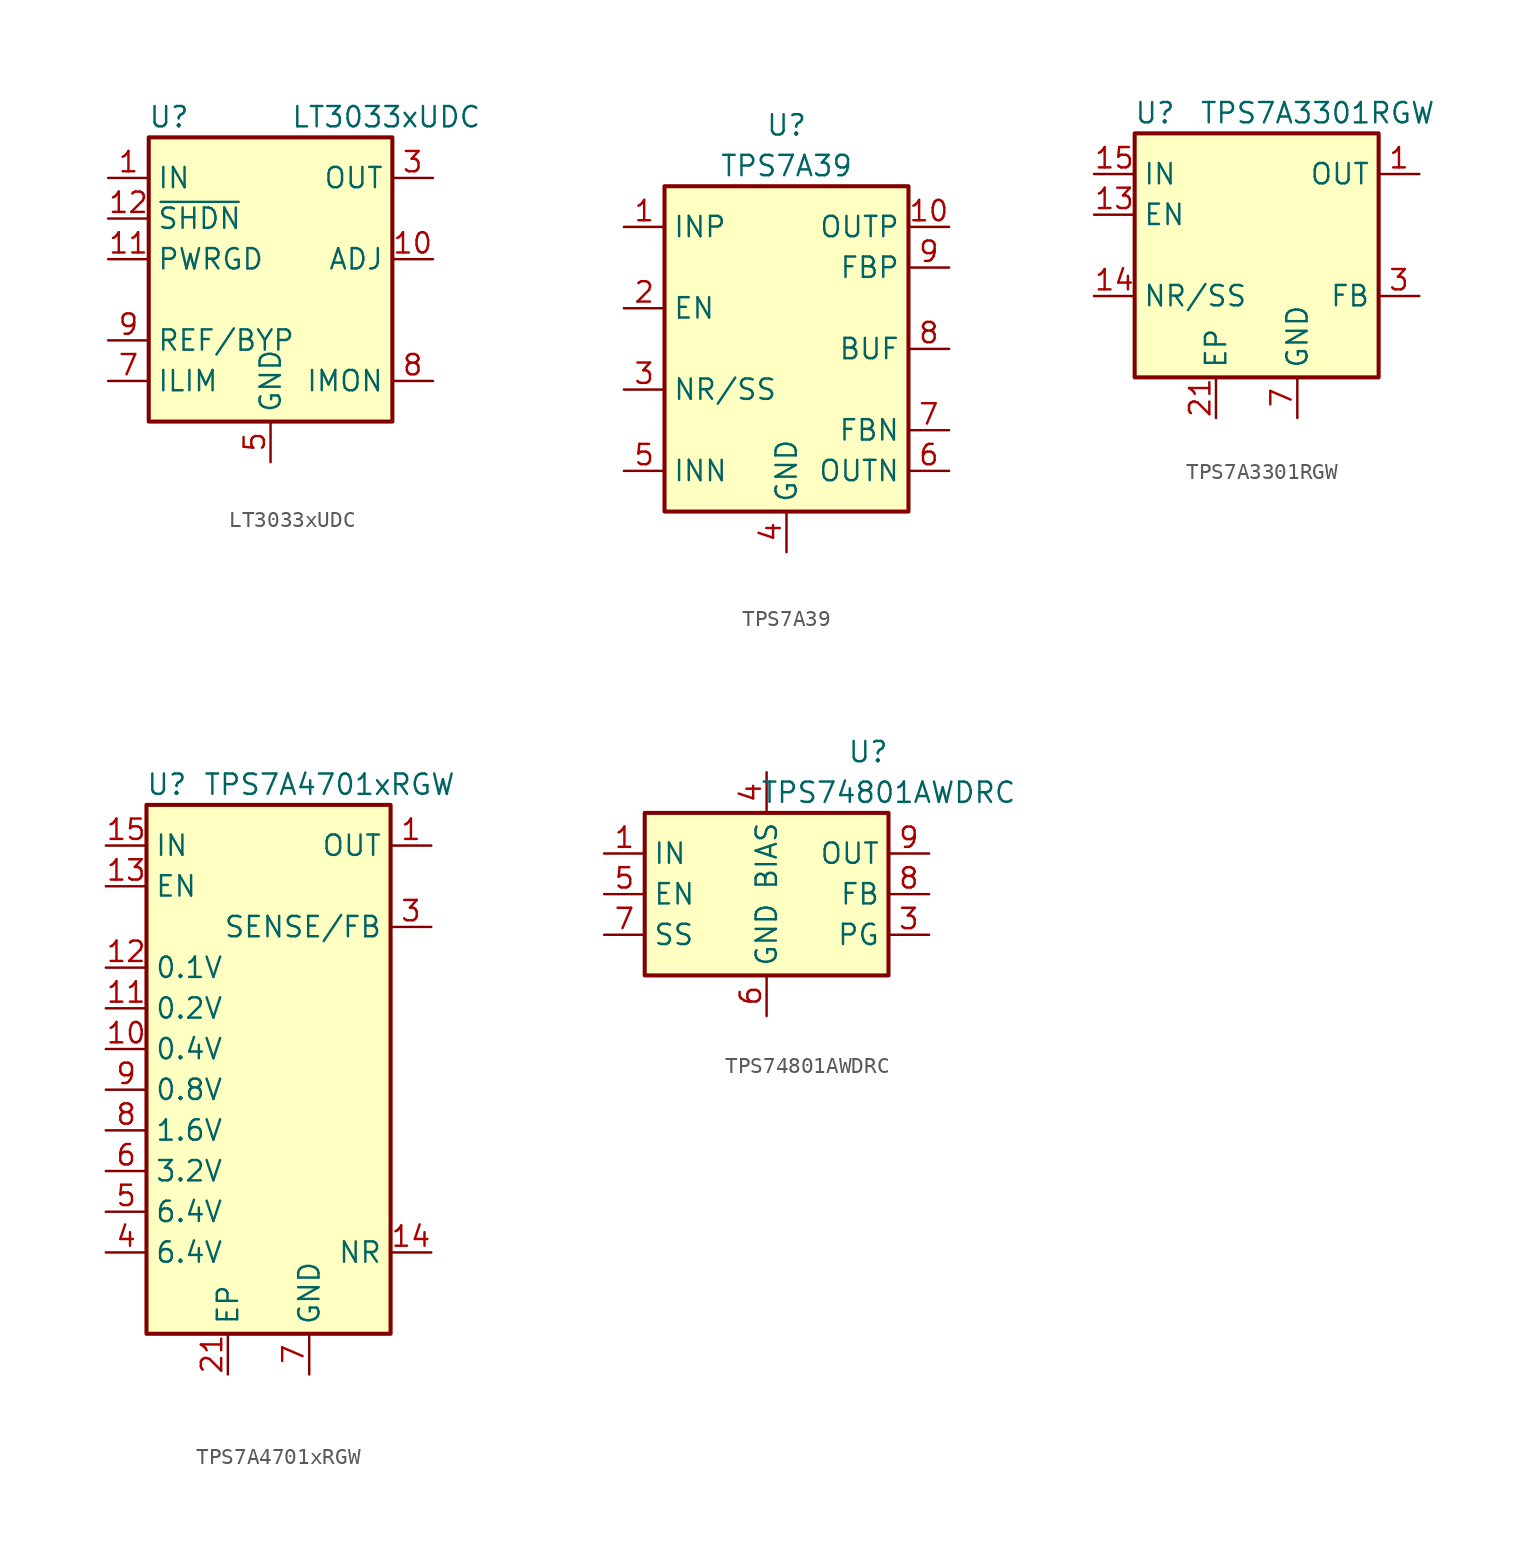
<source format=kicad_sym>
(kicad_symbol_lib
  (version 20220914)
  (generator kicad_symbol_editor)
  (symbol "LT3033xUDC"
    (property "Reference" "U"
      (at -6.35 8.89 0)
      (effects (font (size 1.27 1.27))))
    (property "Value" "LT3033xUDC"
      (at 1.27 8.89 0)
      (effects (font (size 1.27 1.27)) (justify left)))
    (symbol "LT3033xUDC_0_0"
      (pin passive line (at -10.16 5.08 0) (length 2.54) hide (name "IN" (effects (font (size 1.27 1.27)))) (number "15" (effects (font (size 1.27 1.27)))))
      (pin passive line (at -10.16 5.08 0) (length 2.54) hide (name "IN" (effects (font (size 1.27 1.27)))) (number "16" (effects (font (size 1.27 1.27)))))
      (pin passive line (at -10.16 5.08 0) (length 2.54) hide (name "IN" (effects (font (size 1.27 1.27)))) (number "21" (effects (font (size 1.27 1.27)))))
      (pin passive line (at -10.16 5.08 0) (length 2.54) hide (name "IN" (effects (font (size 1.27 1.27)))) (number "22" (effects (font (size 1.27 1.27))))))
    (symbol "LT3033xUDC_0_1"
      (rectangle (start -7.62 7.62) (end 7.62 -10.16) (stroke (width 0.254) (type default)) (fill (type background))))
    (symbol "LT3033xUDC_1_0"
      (pin passive line (at 10.16 5.08 180) (length 2.54) hide (name "OUT" (effects (font (size 1.27 1.27)))) (number "13" (effects (font (size 1.27 1.27)))))
      (pin passive line (at 10.16 5.08 180) (length 2.54) hide (name "OUT" (effects (font (size 1.27 1.27)))) (number "14" (effects (font (size 1.27 1.27)))))
      (pin passive line (at 10.16 5.08 180) (length 2.54) hide (name "OUT" (effects (font (size 1.27 1.27)))) (number "17" (effects (font (size 1.27 1.27)))))
      (pin passive line (at 10.16 5.08 180) (length 2.54) hide (name "OUT" (effects (font (size 1.27 1.27)))) (number "18" (effects (font (size 1.27 1.27)))))
      (pin passive line (at 10.16 5.08 180) (length 2.54) hide (name "OUT" (effects (font (size 1.27 1.27)))) (number "19" (effects (font (size 1.27 1.27)))))
      (pin passive line (at 10.16 5.08 180) (length 2.54) hide (name "OUT" (effects (font (size 1.27 1.27)))) (number "20" (effects (font (size 1.27 1.27)))))
      (pin passive line (at 10.16 5.08 180) (length 2.54) hide (name "OUT" (effects (font (size 1.27 1.27)))) (number "23" (effects (font (size 1.27 1.27)))))
      (pin passive line (at 10.16 5.08 180) (length 2.54) hide (name "OUT" (effects (font (size 1.27 1.27)))) (number "24" (effects (font (size 1.27 1.27)))))
      (pin passive line (at 10.16 5.08 180) (length 2.54) hide (name "OUT" (effects (font (size 1.27 1.27)))) (number "4" (effects (font (size 1.27 1.27)))))
      (pin passive line (at 0 -12.7 90) (length 2.54) hide (name "GND" (effects (font (size 1.27 1.27)))) (number "6" (effects (font (size 1.27 1.27))))))
    (symbol "LT3033xUDC_1_1"
      (pin power_in line (at -10.16 5.08 0) (length 2.54) (name "IN" (effects (font (size 1.27 1.27)))) (number "1" (effects (font (size 1.27 1.27)))))
      (pin input line (at 10.16 0 180) (length 2.54) (name "ADJ" (effects (font (size 1.27 1.27)))) (number "10" (effects (font (size 1.27 1.27)))))
      (pin open_collector line (at -10.16 0 0) (length 2.54) (name "PWRGD" (effects (font (size 1.27 1.27)))) (number "11" (effects (font (size 1.27 1.27)))))
      (pin input line (at -10.16 2.54 0) (length 2.54) (name "~{SHDN}" (effects (font (size 1.27 1.27)))) (number "12" (effects (font (size 1.27 1.27)))))
      (pin passive line (at -10.16 5.08 0) (length 2.54) hide (name "IN" (effects (font (size 1.27 1.27)))) (number "2" (effects (font (size 1.27 1.27)))))
      (pin power_out line (at 10.16 5.08 180) (length 2.54) (name "OUT" (effects (font (size 1.27 1.27)))) (number "3" (effects (font (size 1.27 1.27)))))
      (pin power_in line (at 0 -12.7 90) (length 2.54) (name "GND" (effects (font (size 1.27 1.27)))) (number "5" (effects (font (size 1.27 1.27)))))
      (pin passive line (at -10.16 -7.62 0) (length 2.54) (name "ILIM" (effects (font (size 1.27 1.27)))) (number "7" (effects (font (size 1.27 1.27)))))
      (pin passive line (at 10.16 -7.62 180) (length 2.54) (name "IMON" (effects (font (size 1.27 1.27)))) (number "8" (effects (font (size 1.27 1.27)))))
      (pin passive line (at -10.16 -5.08 0) (length 2.54) (name "REF/BYP" (effects (font (size 1.27 1.27)))) (number "9" (effects (font (size 1.27 1.27)))))))
  (symbol "TPS7A39"
    (property "Reference" "U"
      (at 0 13.97 0)
      (effects (font (size 1.27 1.27))))
    (property "Value" "TPS7A39"
      (at 0 11.43 0)
      (effects (font (size 1.27 1.27))))
    (symbol "TPS7A39_1_1"
      (rectangle (start -7.62 10.16) (end 7.62 -10.16) (stroke (width 0.254) (type default)) (fill (type background)))
      (pin power_in line (at -10.16 7.62 0) (length 2.54) (name "INP" (effects (font (size 1.27 1.27)))) (number "1" (effects (font (size 1.27 1.27)))))
      (pin power_out line (at 10.16 7.62 180) (length 2.54) (name "OUTP" (effects (font (size 1.27 1.27)))) (number "10" (effects (font (size 1.27 1.27)))))
      (pin passive line (at 0 -12.7 90) (length 2.54) hide (name "GND" (effects (font (size 1.27 1.27)))) (number "11" (effects (font (size 1.27 1.27)))))
      (pin input line (at -10.16 2.54 0) (length 2.54) (name "EN" (effects (font (size 1.27 1.27)))) (number "2" (effects (font (size 1.27 1.27)))))
      (pin passive line (at -10.16 -2.54 0) (length 2.54) (name "NR/SS" (effects (font (size 1.27 1.27)))) (number "3" (effects (font (size 1.27 1.27)))))
      (pin power_in line (at 0 -12.7 90) (length 2.54) (name "GND" (effects (font (size 1.27 1.27)))) (number "4" (effects (font (size 1.27 1.27)))))
      (pin power_in line (at -10.16 -7.62 0) (length 2.54) (name "INN" (effects (font (size 1.27 1.27)))) (number "5" (effects (font (size 1.27 1.27)))))
      (pin power_out line (at 10.16 -7.62 180) (length 2.54) (name "OUTN" (effects (font (size 1.27 1.27)))) (number "6" (effects (font (size 1.27 1.27)))))
      (pin input line (at 10.16 -5.08 180) (length 2.54) (name "FBN" (effects (font (size 1.27 1.27)))) (number "7" (effects (font (size 1.27 1.27)))))
      (pin output line (at 10.16 0 180) (length 2.54) (name "BUF" (effects (font (size 1.27 1.27)))) (number "8" (effects (font (size 1.27 1.27)))))
      (pin input line (at 10.16 5.08 180) (length 2.54) (name "FBP" (effects (font (size 1.27 1.27)))) (number "9" (effects (font (size 1.27 1.27)))))))
  (symbol "TPS7A3301RGW"
    (property "Reference" "U"
      (at -6.35 8.89 0)
      (effects (font (size 1.27 1.27))))
    (property "Value" "TPS7A3301RGW"
      (at 3.81 8.89 0)
      (effects (font (size 1.27 1.27))))
    (symbol "TPS7A3301RGW_0_1"
      (rectangle (start -7.62 7.62) (end 7.62 -7.62) (stroke (width 0.254) (type default)) (fill (type background))))
    (symbol "TPS7A3301RGW_1_1"
      (pin power_out line (at 10.16 5.08 180) (length 2.54) (name "OUT" (effects (font (size 1.27 1.27)))) (number "1" (effects (font (size 1.27 1.27)))))
      (pin input line (at -10.16 2.54 0) (length 2.54) (name "EN" (effects (font (size 1.27 1.27)))) (number "13" (effects (font (size 1.27 1.27)))))
      (pin passive line (at -10.16 -2.54 0) (length 2.54) (name "NR/SS" (effects (font (size 1.27 1.27)))) (number "14" (effects (font (size 1.27 1.27)))))
      (pin power_in line (at -10.16 5.08 0) (length 2.54) (name "IN" (effects (font (size 1.27 1.27)))) (number "15" (effects (font (size 1.27 1.27)))))
      (pin passive line (at -10.16 5.08 0) (length 2.54) hide (name "IN" (effects (font (size 1.27 1.27)))) (number "16" (effects (font (size 1.27 1.27)))))
      (pin passive line (at 10.16 5.08 180) (length 2.54) hide (name "OUT" (effects (font (size 1.27 1.27)))) (number "20" (effects (font (size 1.27 1.27)))))
      (pin power_in line (at -2.54 -10.16 90) (length 2.54) (name "EP" (effects (font (size 1.27 1.27)))) (number "21" (effects (font (size 1.27 1.27)))))
      (pin input line (at 10.16 -2.54 180) (length 2.54) (name "FB" (effects (font (size 1.27 1.27)))) (number "3" (effects (font (size 1.27 1.27)))))
      (pin power_in line (at 2.54 -10.16 90) (length 2.54) (name "GND" (effects (font (size 1.27 1.27)))) (number "7" (effects (font (size 1.27 1.27)))))))
  (symbol "TPS7A4701xRGW"
    (property "Reference" "U"
      (at -6.35 19.05 0)
      (effects (font (size 1.27 1.27))))
    (property "Value" "TPS7A4701xRGW"
      (at 3.81 19.05 0)
      (effects (font (size 1.27 1.27))))
    (symbol "TPS7A4701xRGW_0_1"
      (rectangle (start -7.62 17.78) (end 7.62 -15.24) (stroke (width 0.254) (type default)) (fill (type background))))
    (symbol "TPS7A4701xRGW_1_1"
      (pin power_out line (at 10.16 15.24 180) (length 2.54) (name "OUT" (effects (font (size 1.27 1.27)))) (number "1" (effects (font (size 1.27 1.27)))))
      (pin input line (at -10.16 2.54 0) (length 2.54) (name "0.4V" (effects (font (size 1.27 1.27)))) (number "10" (effects (font (size 1.27 1.27)))))
      (pin input line (at -10.16 5.08 0) (length 2.54) (name "0.2V" (effects (font (size 1.27 1.27)))) (number "11" (effects (font (size 1.27 1.27)))))
      (pin input line (at -10.16 7.62 0) (length 2.54) (name "0.1V" (effects (font (size 1.27 1.27)))) (number "12" (effects (font (size 1.27 1.27)))))
      (pin input line (at -10.16 12.7 0) (length 2.54) (name "EN" (effects (font (size 1.27 1.27)))) (number "13" (effects (font (size 1.27 1.27)))))
      (pin passive line (at 10.16 -10.16 180) (length 2.54) (name "NR" (effects (font (size 1.27 1.27)))) (number "14" (effects (font (size 1.27 1.27)))))
      (pin power_in line (at -10.16 15.24 0) (length 2.54) (name "IN" (effects (font (size 1.27 1.27)))) (number "15" (effects (font (size 1.27 1.27)))))
      (pin passive line (at -10.16 15.24 0) (length 2.54) hide (name "IN" (effects (font (size 1.27 1.27)))) (number "16" (effects (font (size 1.27 1.27)))))
      (pin power_out line (at 10.16 15.24 180) (length 2.54) hide (name "OUT" (effects (font (size 1.27 1.27)))) (number "20" (effects (font (size 1.27 1.27)))))
      (pin passive line (at -2.54 -17.78 90) (length 2.54) (name "EP" (effects (font (size 1.27 1.27)))) (number "21" (effects (font (size 1.27 1.27)))))
      (pin input line (at 10.16 10.16 180) (length 2.54) (name "SENSE/FB" (effects (font (size 1.27 1.27)))) (number "3" (effects (font (size 1.27 1.27)))))
      (pin input line (at -10.16 -10.16 0) (length 2.54) (name "6.4V" (effects (font (size 1.27 1.27)))) (number "4" (effects (font (size 1.27 1.27)))))
      (pin input line (at -10.16 -7.62 0) (length 2.54) (name "6.4V" (effects (font (size 1.27 1.27)))) (number "5" (effects (font (size 1.27 1.27)))))
      (pin input line (at -10.16 -5.08 0) (length 2.54) (name "3.2V" (effects (font (size 1.27 1.27)))) (number "6" (effects (font (size 1.27 1.27)))))
      (pin power_in line (at 2.54 -17.78 90) (length 2.54) (name "GND" (effects (font (size 1.27 1.27)))) (number "7" (effects (font (size 1.27 1.27)))))
      (pin input line (at -10.16 -2.54 0) (length 2.54) (name "1.6V" (effects (font (size 1.27 1.27)))) (number "8" (effects (font (size 1.27 1.27)))))
      (pin input line (at -10.16 0 0) (length 2.54) (name "0.8V" (effects (font (size 1.27 1.27)))) (number "9" (effects (font (size 1.27 1.27)))))))
  (symbol "TPS74801AWDRC"
    (property "Reference" "U"
      (at 6.35 8.89 0)
      (effects (font (size 1.27 1.27))))
    (property "Value" "TPS74801AWDRC"
      (at 7.62 6.35 0)
      (effects (font (size 1.27 1.27))))
    (symbol "TPS74801AWDRC_0_1"
      (rectangle (start -7.62 5.08) (end 7.62 -5.08) (stroke (width 0.254) (type default)) (fill (type background))))
    (symbol "TPS74801AWDRC_1_1"
      (pin power_in line (at -10.16 2.54 0) (length 2.54) (name "IN" (effects (font (size 1.27 1.27)))) (number "1" (effects (font (size 1.27 1.27)))))
      (pin passive line (at 10.16 2.54 180) (length 2.54) hide (name "OUT" (effects (font (size 1.27 1.27)))) (number "10" (effects (font (size 1.27 1.27)))))
      (pin passive line (at 0 -7.62 90) (length 2.54) hide (name "GND" (effects (font (size 1.27 1.27)))) (number "11" (effects (font (size 1.27 1.27)))))
      (pin passive line (at -10.16 2.54 0) (length 2.54) hide (name "IN" (effects (font (size 1.27 1.27)))) (number "2" (effects (font (size 1.27 1.27)))))
      (pin open_collector line (at 10.16 -2.54 180) (length 2.54) (name "PG" (effects (font (size 1.27 1.27)))) (number "3" (effects (font (size 1.27 1.27)))))
      (pin power_in line (at 0 7.62 270) (length 2.54) (name "BIAS" (effects (font (size 1.27 1.27)))) (number "4" (effects (font (size 1.27 1.27)))))
      (pin input line (at -10.16 0 0) (length 2.54) (name "EN" (effects (font (size 1.27 1.27)))) (number "5" (effects (font (size 1.27 1.27)))))
      (pin power_in line (at 0 -7.62 90) (length 2.54) (name "GND" (effects (font (size 1.27 1.27)))) (number "6" (effects (font (size 1.27 1.27)))))
      (pin passive line (at -10.16 -2.54 0) (length 2.54) (name "SS" (effects (font (size 1.27 1.27)))) (number "7" (effects (font (size 1.27 1.27)))))
      (pin input line (at 10.16 0 180) (length 2.54) (name "FB" (effects (font (size 1.27 1.27)))) (number "8" (effects (font (size 1.27 1.27)))))
      (pin power_out line (at 10.16 2.54 180) (length 2.54) (name "OUT" (effects (font (size 1.27 1.27)))) (number "9" (effects (font (size 1.27 1.27))))))))
</source>
